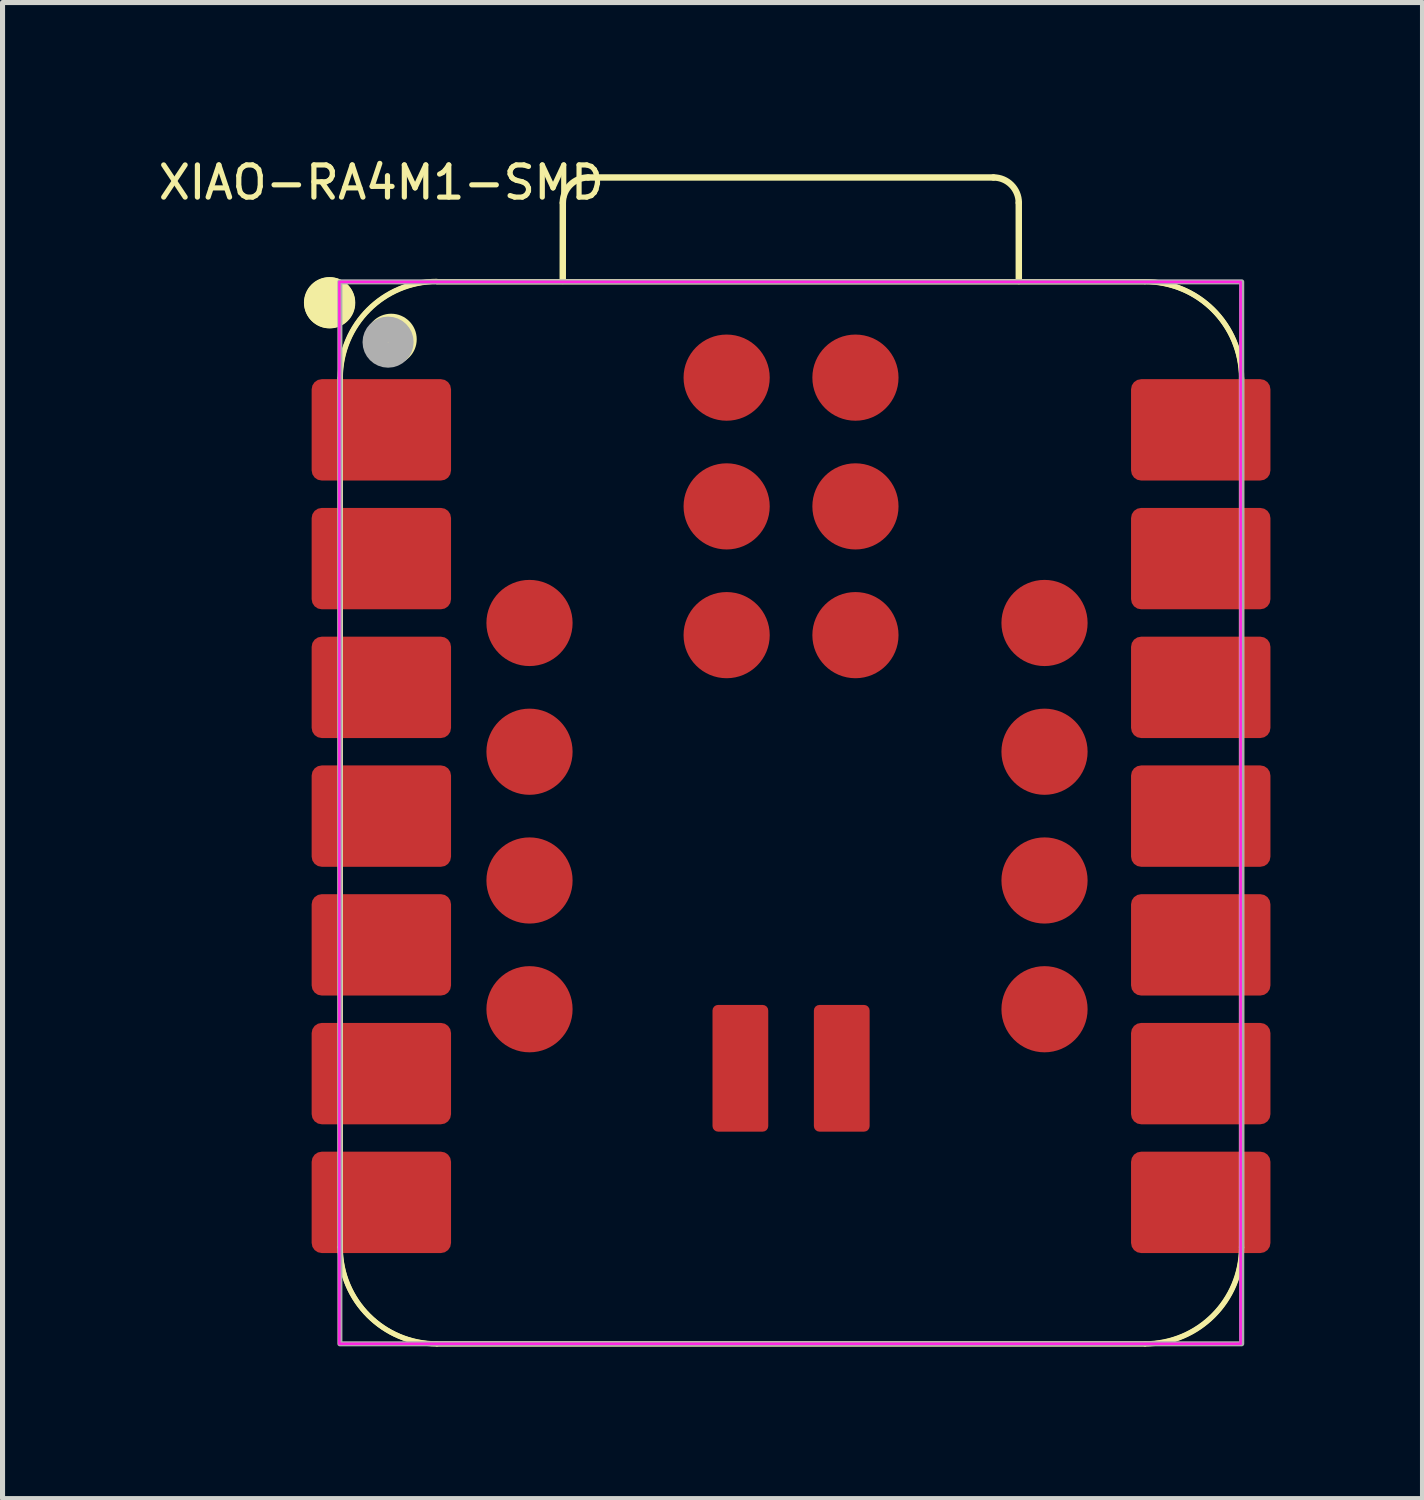
<source format=kicad_pcb>
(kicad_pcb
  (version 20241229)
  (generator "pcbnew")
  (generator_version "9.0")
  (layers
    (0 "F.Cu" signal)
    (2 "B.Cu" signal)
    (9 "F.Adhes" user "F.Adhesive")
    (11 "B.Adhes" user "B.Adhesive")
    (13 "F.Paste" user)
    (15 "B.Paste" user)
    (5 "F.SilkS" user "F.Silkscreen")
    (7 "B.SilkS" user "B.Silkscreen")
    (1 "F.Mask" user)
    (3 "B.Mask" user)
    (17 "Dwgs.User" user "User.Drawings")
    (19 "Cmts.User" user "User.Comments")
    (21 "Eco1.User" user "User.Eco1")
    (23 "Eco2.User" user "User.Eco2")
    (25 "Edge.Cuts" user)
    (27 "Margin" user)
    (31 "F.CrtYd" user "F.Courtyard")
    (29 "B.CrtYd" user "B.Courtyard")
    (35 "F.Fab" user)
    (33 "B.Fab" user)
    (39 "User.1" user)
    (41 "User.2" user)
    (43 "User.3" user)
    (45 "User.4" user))
  (footprint "XIAO-RA4M1-SMD"
    (layer "F.Cu")
    (at 12.473 13.05)
    (property "Reference" "XIAO-RA4M1-SMD" (at -8 -12.5 0) (unlocked yes) (layer "F.SilkS") (effects (font (size 0.635 0.635) (thickness 0.102))))
    (attr smd)
    (fp_line (start -8.813 8.504) (end -8.813 -8.641) (stroke (width 0.1) (type solid)) (layer "F.SilkS"))
    (fp_line (start -8.807 8.509) (end -8.807 -8.636) (stroke (width 0.1) (type solid)) (layer "F.SilkS"))
    (fp_line (start -6.908 10.409) (end 7.062 10.409) (stroke (width 0.1) (type solid)) (layer "F.SilkS"))
    (fp_line (start -6.902 10.414) (end 7.067 10.414) (stroke (width 0.1) (type solid)) (layer "F.SilkS"))
    (fp_line (start -4.421 -10.558) (end -4.42 -12.099) (stroke (width 0.127) (type solid)) (layer "F.SilkS"))
    (fp_line (start -3.92 -12.599) (end 4.075 -12.599) (stroke (width 0.127) (type solid)) (layer "F.SilkS"))
    (fp_line (start 4.575 -12.099) (end 4.576 -10.555) (stroke (width 0.127) (type solid)) (layer "F.SilkS"))
    (fp_line (start 7.062 -10.546) (end -6.908 -10.546) (stroke (width 0.1) (type solid)) (layer "F.SilkS"))
    (fp_line (start 7.062 -10.546) (end -6.908 -10.546) (stroke (width 0.1) (type solid)) (layer "F.SilkS"))
    (fp_line (start 7.062 -10.546) (end -6.908 -10.546) (stroke (width 0.1) (type solid)) (layer "F.SilkS"))
    (fp_line (start 7.067 -10.541) (end -6.902 -10.541) (stroke (width 0.1) (type solid)) (layer "F.SilkS"))
    (fp_line (start 8.967 8.504) (end 8.967 -8.641) (stroke (width 0.1) (type solid)) (layer "F.SilkS"))
    (fp_line (start 8.973 8.509) (end 8.973 -8.636) (stroke (width 0.1) (type solid)) (layer "F.SilkS"))
    (fp_arc (start -8.812512 -8.645012) (mid -8.254547 -9.992047) (end -6.907512 -10.550012) (stroke (width 0.1) (type solid)) (layer "F.SilkS"))
    (fp_arc (start -8.8075 -8.64) (mid -8.249538 -9.987038) (end -6.9025 -10.545) (stroke (width 0.1) (type solid)) (layer "F.SilkS"))
    (fp_arc (start -6.907512 10.408988) (mid -8.25455 9.851026) (end -8.812512 8.503988) (stroke (width 0.1) (type solid)) (layer "F.SilkS"))
    (fp_arc (start -6.9025 10.414) (mid -8.249538 9.856038) (end -8.8075 8.509) (stroke (width 0.1) (type solid)) (layer "F.SilkS"))
    (fp_arc (start -4.419796 -12.099296) (mid -4.273215 -12.452627) (end -3.919796 -12.599024) (stroke (width 0.127) (type default)) (layer "F.SilkS"))
    (fp_arc (start 4.075476 -12.599024) (mid 4.429018 -12.452581) (end 4.575476 -12.099024) (stroke (width 0.127) (type default)) (layer "F.SilkS"))
    (fp_arc (start 7.062488 -10.546012) (mid 8.409528 -9.988051) (end 8.967488 -8.641012) (stroke (width 0.1) (type solid)) (layer "F.SilkS"))
    (fp_arc (start 7.0675 -10.541) (mid 8.414538 -9.983038) (end 8.9725 -8.636) (stroke (width 0.1) (type solid)) (layer "F.SilkS"))
    (fp_arc (start 8.967488 8.503988) (mid 8.409526 9.851026) (end 7.062488 10.408988) (stroke (width 0.1) (type solid)) (layer "F.SilkS"))
    (fp_arc (start 8.9725 8.509) (mid 8.414538 9.856038) (end 7.0675 10.414) (stroke (width 0.1) (type solid)) (layer "F.SilkS"))
    (fp_circle (center -9.023 -10.13) (end -9.023 -10.384) (stroke (width 0.5) (type solid)) (fill yes) (layer "F.SilkS"))
    (fp_circle (center -9.018 -10.125) (end -9.018 -10.379) (stroke (width 0.5) (type solid)) (fill yes) (layer "F.SilkS"))
    (fp_circle (center -7.806 -9.407) (end -7.806 -9.661) (stroke (width 0.5) (type solid)) (fill yes) (layer "F.SilkS"))
    (fp_rect (start -8.828 -10.54) (end 8.953 10.41) (stroke (width 0.05) (type default)) (fill no) (layer "F.CrtYd"))
    (fp_rect (start -8.818 -10.54) (end 8.973 10.41) (stroke (width 0.1) (type default)) (fill no) (layer "F.Fab"))
    (fp_circle (center -7.867 -9.35) (end -7.867 -9.604) (stroke (width 0.5) (type solid)) (fill no) (layer "F.Fab"))
    (pad "1" smd roundrect (at -8 -7.62 180) (size 2.75 2) (layers "F.Cu" "F.Mask" "F.Paste") (roundrect_rratio 0.1))
    (pad "2" smd roundrect (at -8 -5.08 180) (size 2.75 2) (layers "F.Cu" "F.Mask" "F.Paste") (roundrect_rratio 0.1))
    (pad "3" smd roundrect (at -8 -2.54 180) (size 2.75 2) (layers "F.Cu" "F.Mask" "F.Paste") (roundrect_rratio 0.1))
    (pad "4" smd roundrect (at -8 0 180) (size 2.75 2) (layers "F.Cu" "F.Mask" "F.Paste") (roundrect_rratio 0.1))
    (pad "5" smd roundrect (at -8 2.54 180) (size 2.75 2) (layers "F.Cu" "F.Mask" "F.Paste") (roundrect_rratio 0.1))
    (pad "6" smd roundrect (at -8 5.08 180) (size 2.75 2) (layers "F.Cu" "F.Mask" "F.Paste") (roundrect_rratio 0.1))
    (pad "7" smd roundrect (at -8 7.62 180) (size 2.75 2) (layers "F.Cu" "F.Mask" "F.Paste") (roundrect_rratio 0.1))
    (pad "8" smd roundrect (at 8.165 7.62) (size 2.75 2) (layers "F.Cu" "F.Mask" "F.Paste") (roundrect_rratio 0.1))
    (pad "9" smd roundrect (at 8.165 5.08) (size 2.75 2) (layers "F.Cu" "F.Mask" "F.Paste") (roundrect_rratio 0.1))
    (pad "10" smd roundrect (at 8.165 2.54) (size 2.75 2) (layers "F.Cu" "F.Mask" "F.Paste") (roundrect_rratio 0.1))
    (pad "11" smd roundrect (at 8.165 0) (size 2.75 2) (layers "F.Cu" "F.Mask" "F.Paste") (roundrect_rratio 0.1))
    (pad "12" smd roundrect (at 8.165 -2.54) (size 2.75 2) (layers "F.Cu" "F.Mask" "F.Paste") (roundrect_rratio 0.1))
    (pad "13" smd roundrect (at 8.165 -5.08) (size 2.75 2) (layers "F.Cu" "F.Mask" "F.Paste") (roundrect_rratio 0.1))
    (pad "14" smd roundrect (at 8.165 -7.62) (size 2.75 2) (layers "F.Cu" "F.Mask" "F.Paste") (roundrect_rratio 0.1))
    (pad "15" smd circle (at 5.083 -3.81 180) (size 1.7 1.7) (layers "F.Cu" "F.Mask" "F.Paste"))
    (pad "16" smd circle (at 5.083 -1.27 180) (size 1.7 1.7) (layers "F.Cu" "F.Mask" "F.Paste"))
    (pad "17" smd circle (at 5.083 1.27 180) (size 1.7 1.7) (layers "F.Cu" "F.Mask" "F.Paste"))
    (pad "18" smd circle (at 5.083 3.81 180) (size 1.7 1.7) (layers "F.Cu" "F.Mask" "F.Paste"))
    (pad "19" smd circle (at -5.077 3.81 180) (size 1.7 1.7) (layers "F.Cu" "F.Mask" "F.Paste"))
    (pad "20" smd circle (at -5.077 1.27 180) (size 1.7 1.7) (layers "F.Cu" "F.Mask" "F.Paste"))
    (pad "21" smd circle (at -5.077 -1.27 180) (size 1.7 1.7) (layers "F.Cu" "F.Mask" "F.Paste"))
    (pad "22" smd circle (at -5.077 -3.81 180) (size 1.7 1.7) (layers "F.Cu" "F.Mask" "F.Paste"))
    (pad "23" smd circle (at -1.188 -8.65 180) (size 1.7 1.7) (layers "F.Cu" "F.Mask" "F.Paste"))
    (pad "24" smd circle (at -1.188 -6.11 180) (size 1.7 1.7) (layers "F.Cu" "F.Mask" "F.Paste"))
    (pad "25" smd circle (at -1.188 -3.57 180) (size 1.7 1.7) (layers "F.Cu" "F.Mask" "F.Paste"))
    (pad "26" smd circle (at 1.353 -3.57 180) (size 1.7 1.7) (layers "F.Cu" "F.Mask" "F.Paste"))
    (pad "27" smd circle (at 1.353 -6.11 180) (size 1.7 1.7) (layers "F.Cu" "F.Mask" "F.Paste"))
    (pad "28" smd circle (at 1.353 -8.65 180) (size 1.7 1.7) (layers "F.Cu" "F.Mask" "F.Paste"))
    (pad "29" smd roundrect (at -0.917 4.975 270) (size 2.5 1.1) (layers "F.Cu" "F.Mask" "F.Paste") (roundrect_rratio 0.1))
    (pad "30" smd roundrect (at 1.083 4.975 270) (size 2.5 1.1) (layers "F.Cu" "F.Mask" "F.Paste") (roundrect_rratio 0.1)))
  (gr_rect
    (start -3 -3)
    (end 25.013 26.514)
    (stroke (width 0.1) (type default))
    (fill no)
    (layer "Edge.Cuts")))
</source>
